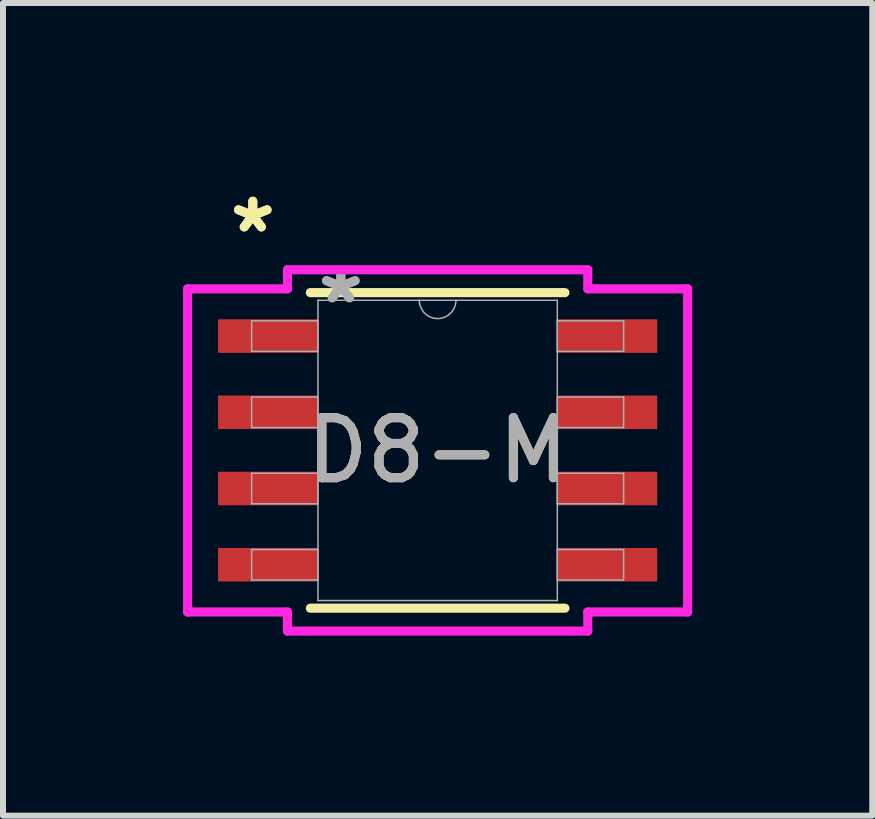
<source format=kicad_pcb>
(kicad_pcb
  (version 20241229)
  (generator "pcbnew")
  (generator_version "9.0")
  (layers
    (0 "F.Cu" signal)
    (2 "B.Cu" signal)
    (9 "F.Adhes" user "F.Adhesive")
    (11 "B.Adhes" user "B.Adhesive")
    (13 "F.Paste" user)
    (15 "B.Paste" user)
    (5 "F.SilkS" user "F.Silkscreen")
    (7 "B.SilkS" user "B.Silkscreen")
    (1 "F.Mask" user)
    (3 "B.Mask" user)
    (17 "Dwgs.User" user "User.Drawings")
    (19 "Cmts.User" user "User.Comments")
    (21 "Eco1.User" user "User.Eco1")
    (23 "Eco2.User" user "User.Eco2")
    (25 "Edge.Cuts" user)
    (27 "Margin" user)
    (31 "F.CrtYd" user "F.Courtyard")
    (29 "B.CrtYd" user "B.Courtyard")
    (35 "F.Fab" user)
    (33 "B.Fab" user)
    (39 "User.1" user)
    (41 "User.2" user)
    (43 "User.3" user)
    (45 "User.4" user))
  (footprint "D8-M"
    (layer "F.Cu")
    (at 4.242 4.455)
    (property "Reference" "D8-M" (at 0 0 0) (unlocked yes) (layer "F.SilkS") (effects (font (size 1 1) (thickness 0.15))))
    (attr smd)
    (fp_line (start -2.121 2.629) (end 2.121 2.629) (stroke (width 0.152) (type solid)) (layer "F.SilkS"))
    (fp_line (start 2.121 -2.629) (end -2.121 -2.629) (stroke (width 0.152) (type solid)) (layer "F.SilkS"))
    (fp_line (start -4.166 -2.692) (end -2.502 -2.692) (stroke (width 0.152) (type solid)) (layer "F.CrtYd"))
    (fp_line (start -4.166 2.692) (end -4.166 -2.692) (stroke (width 0.152) (type solid)) (layer "F.CrtYd"))
    (fp_line (start -4.166 2.692) (end -2.502 2.692) (stroke (width 0.152) (type solid)) (layer "F.CrtYd"))
    (fp_line (start -2.502 -3.01) (end 2.502 -3.01) (stroke (width 0.152) (type solid)) (layer "F.CrtYd"))
    (fp_line (start -2.502 -2.692) (end -2.502 -3.01) (stroke (width 0.152) (type solid)) (layer "F.CrtYd"))
    (fp_line (start -2.502 3.01) (end -2.502 2.692) (stroke (width 0.152) (type solid)) (layer "F.CrtYd"))
    (fp_line (start 2.502 -3.01) (end 2.502 -2.692) (stroke (width 0.152) (type solid)) (layer "F.CrtYd"))
    (fp_line (start 2.502 2.692) (end 2.502 3.01) (stroke (width 0.152) (type solid)) (layer "F.CrtYd"))
    (fp_line (start 2.502 3.01) (end -2.502 3.01) (stroke (width 0.152) (type solid)) (layer "F.CrtYd"))
    (fp_line (start 4.166 -2.692) (end 2.502 -2.692) (stroke (width 0.152) (type solid)) (layer "F.CrtYd"))
    (fp_line (start 4.166 -2.692) (end 4.166 2.692) (stroke (width 0.152) (type solid)) (layer "F.CrtYd"))
    (fp_line (start 4.166 2.692) (end 2.502 2.692) (stroke (width 0.152) (type solid)) (layer "F.CrtYd"))
    (fp_line (start -3.099 -2.159) (end -3.099 -1.651) (stroke (width 0.025) (type solid)) (layer "F.Fab"))
    (fp_line (start -3.099 -1.651) (end -1.994 -1.651) (stroke (width 0.025) (type solid)) (layer "F.Fab"))
    (fp_line (start -3.099 -0.889) (end -3.099 -0.381) (stroke (width 0.025) (type solid)) (layer "F.Fab"))
    (fp_line (start -3.099 -0.381) (end -1.994 -0.381) (stroke (width 0.025) (type solid)) (layer "F.Fab"))
    (fp_line (start -3.099 0.381) (end -3.099 0.889) (stroke (width 0.025) (type solid)) (layer "F.Fab"))
    (fp_line (start -3.099 0.889) (end -1.994 0.889) (stroke (width 0.025) (type solid)) (layer "F.Fab"))
    (fp_line (start -3.099 1.651) (end -3.099 2.159) (stroke (width 0.025) (type solid)) (layer "F.Fab"))
    (fp_line (start -3.099 2.159) (end -1.994 2.159) (stroke (width 0.025) (type solid)) (layer "F.Fab"))
    (fp_line (start -1.994 -2.502) (end -1.994 2.502) (stroke (width 0.025) (type solid)) (layer "F.Fab"))
    (fp_line (start -1.994 -2.159) (end -3.099 -2.159) (stroke (width 0.025) (type solid)) (layer "F.Fab"))
    (fp_line (start -1.994 -1.651) (end -1.994 -2.159) (stroke (width 0.025) (type solid)) (layer "F.Fab"))
    (fp_line (start -1.994 -0.889) (end -3.099 -0.889) (stroke (width 0.025) (type solid)) (layer "F.Fab"))
    (fp_line (start -1.994 -0.381) (end -1.994 -0.889) (stroke (width 0.025) (type solid)) (layer "F.Fab"))
    (fp_line (start -1.994 0.381) (end -3.099 0.381) (stroke (width 0.025) (type solid)) (layer "F.Fab"))
    (fp_line (start -1.994 0.889) (end -1.994 0.381) (stroke (width 0.025) (type solid)) (layer "F.Fab"))
    (fp_line (start -1.994 1.651) (end -3.099 1.651) (stroke (width 0.025) (type solid)) (layer "F.Fab"))
    (fp_line (start -1.994 2.159) (end -1.994 1.651) (stroke (width 0.025) (type solid)) (layer "F.Fab"))
    (fp_line (start -1.994 2.502) (end 1.994 2.502) (stroke (width 0.025) (type solid)) (layer "F.Fab"))
    (fp_line (start 1.994 -2.502) (end -1.994 -2.502) (stroke (width 0.025) (type solid)) (layer "F.Fab"))
    (fp_line (start 1.994 -2.159) (end 1.994 -1.651) (stroke (width 0.025) (type solid)) (layer "F.Fab"))
    (fp_line (start 1.994 -1.651) (end 3.099 -1.651) (stroke (width 0.025) (type solid)) (layer "F.Fab"))
    (fp_line (start 1.994 -0.889) (end 1.994 -0.381) (stroke (width 0.025) (type solid)) (layer "F.Fab"))
    (fp_line (start 1.994 -0.381) (end 3.099 -0.381) (stroke (width 0.025) (type solid)) (layer "F.Fab"))
    (fp_line (start 1.994 0.381) (end 1.994 0.889) (stroke (width 0.025) (type solid)) (layer "F.Fab"))
    (fp_line (start 1.994 0.889) (end 3.099 0.889) (stroke (width 0.025) (type solid)) (layer "F.Fab"))
    (fp_line (start 1.994 1.651) (end 1.994 2.159) (stroke (width 0.025) (type solid)) (layer "F.Fab"))
    (fp_line (start 1.994 2.159) (end 3.099 2.159) (stroke (width 0.025) (type solid)) (layer "F.Fab"))
    (fp_line (start 1.994 2.502) (end 1.994 -2.502) (stroke (width 0.025) (type solid)) (layer "F.Fab"))
    (fp_line (start 3.099 -2.159) (end 1.994 -2.159) (stroke (width 0.025) (type solid)) (layer "F.Fab"))
    (fp_line (start 3.099 -1.651) (end 3.099 -2.159) (stroke (width 0.025) (type solid)) (layer "F.Fab"))
    (fp_line (start 3.099 -0.889) (end 1.994 -0.889) (stroke (width 0.025) (type solid)) (layer "F.Fab"))
    (fp_line (start 3.099 -0.381) (end 3.099 -0.889) (stroke (width 0.025) (type solid)) (layer "F.Fab"))
    (fp_line (start 3.099 0.381) (end 1.994 0.381) (stroke (width 0.025) (type solid)) (layer "F.Fab"))
    (fp_line (start 3.099 0.889) (end 3.099 0.381) (stroke (width 0.025) (type solid)) (layer "F.Fab"))
    (fp_line (start 3.099 1.651) (end 1.994 1.651) (stroke (width 0.025) (type solid)) (layer "F.Fab"))
    (fp_line (start 3.099 2.159) (end 3.099 1.651) (stroke (width 0.025) (type solid)) (layer "F.Fab"))
    (fp_arc (start 0.3048 -2.5019) (mid 0 -2.1971) (end -0.3048 -2.5019) (stroke (width 0.0254) (type solid)) (layer "F.Fab"))
    (fp_text user "*" (at -3.08 -3.607 0) (layer "F.SilkS") (effects (font (size 1 1) (thickness 0.15))))
    (fp_text user "*" (at -3.08 -3.607 0) (unlocked yes) (layer "F.SilkS") (effects (font (size 1 1) (thickness 0.15))))
    (fp_text user "*" (at -1.613 -2.426 0) (unlocked yes) (layer "F.Fab") (effects (font (size 1 1) (thickness 0.15))))
    (fp_text user "${REFERENCE}" (at 0 0 0) (unlocked yes) (layer "F.Fab") (effects (font (size 1 1) (thickness 0.15))))
    (fp_text user "*" (at -1.613 -2.426 0) (layer "F.Fab") (effects (font (size 1 1) (thickness 0.15))))
    (pad "1" smd rect (at -2.826 -1.905) (size 1.664 0.559) (layers "F.Cu" "F.Mask" "F.Paste"))
    (pad "2" smd rect (at -2.826 -0.635) (size 1.664 0.559) (layers "F.Cu" "F.Mask" "F.Paste"))
    (pad "3" smd rect (at -2.826 0.635) (size 1.664 0.559) (layers "F.Cu" "F.Mask" "F.Paste"))
    (pad "4" smd rect (at -2.826 1.905) (size 1.664 0.559) (layers "F.Cu" "F.Mask" "F.Paste"))
    (pad "5" smd rect (at 2.826 1.905) (size 1.664 0.559) (layers "F.Cu" "F.Mask" "F.Paste"))
    (pad "6" smd rect (at 2.826 0.635) (size 1.664 0.559) (layers "F.Cu" "F.Mask" "F.Paste"))
    (pad "7" smd rect (at 2.826 -0.635) (size 1.664 0.559) (layers "F.Cu" "F.Mask" "F.Paste"))
    (pad "8" smd rect (at 2.826 -1.905) (size 1.664 0.559) (layers "F.Cu" "F.Mask" "F.Paste")))
  (gr_rect
    (start -3 -3)
    (end 11.484 10.541)
    (stroke (width 0.1) (type default))
    (fill no)
    (layer "Edge.Cuts")))
</source>
